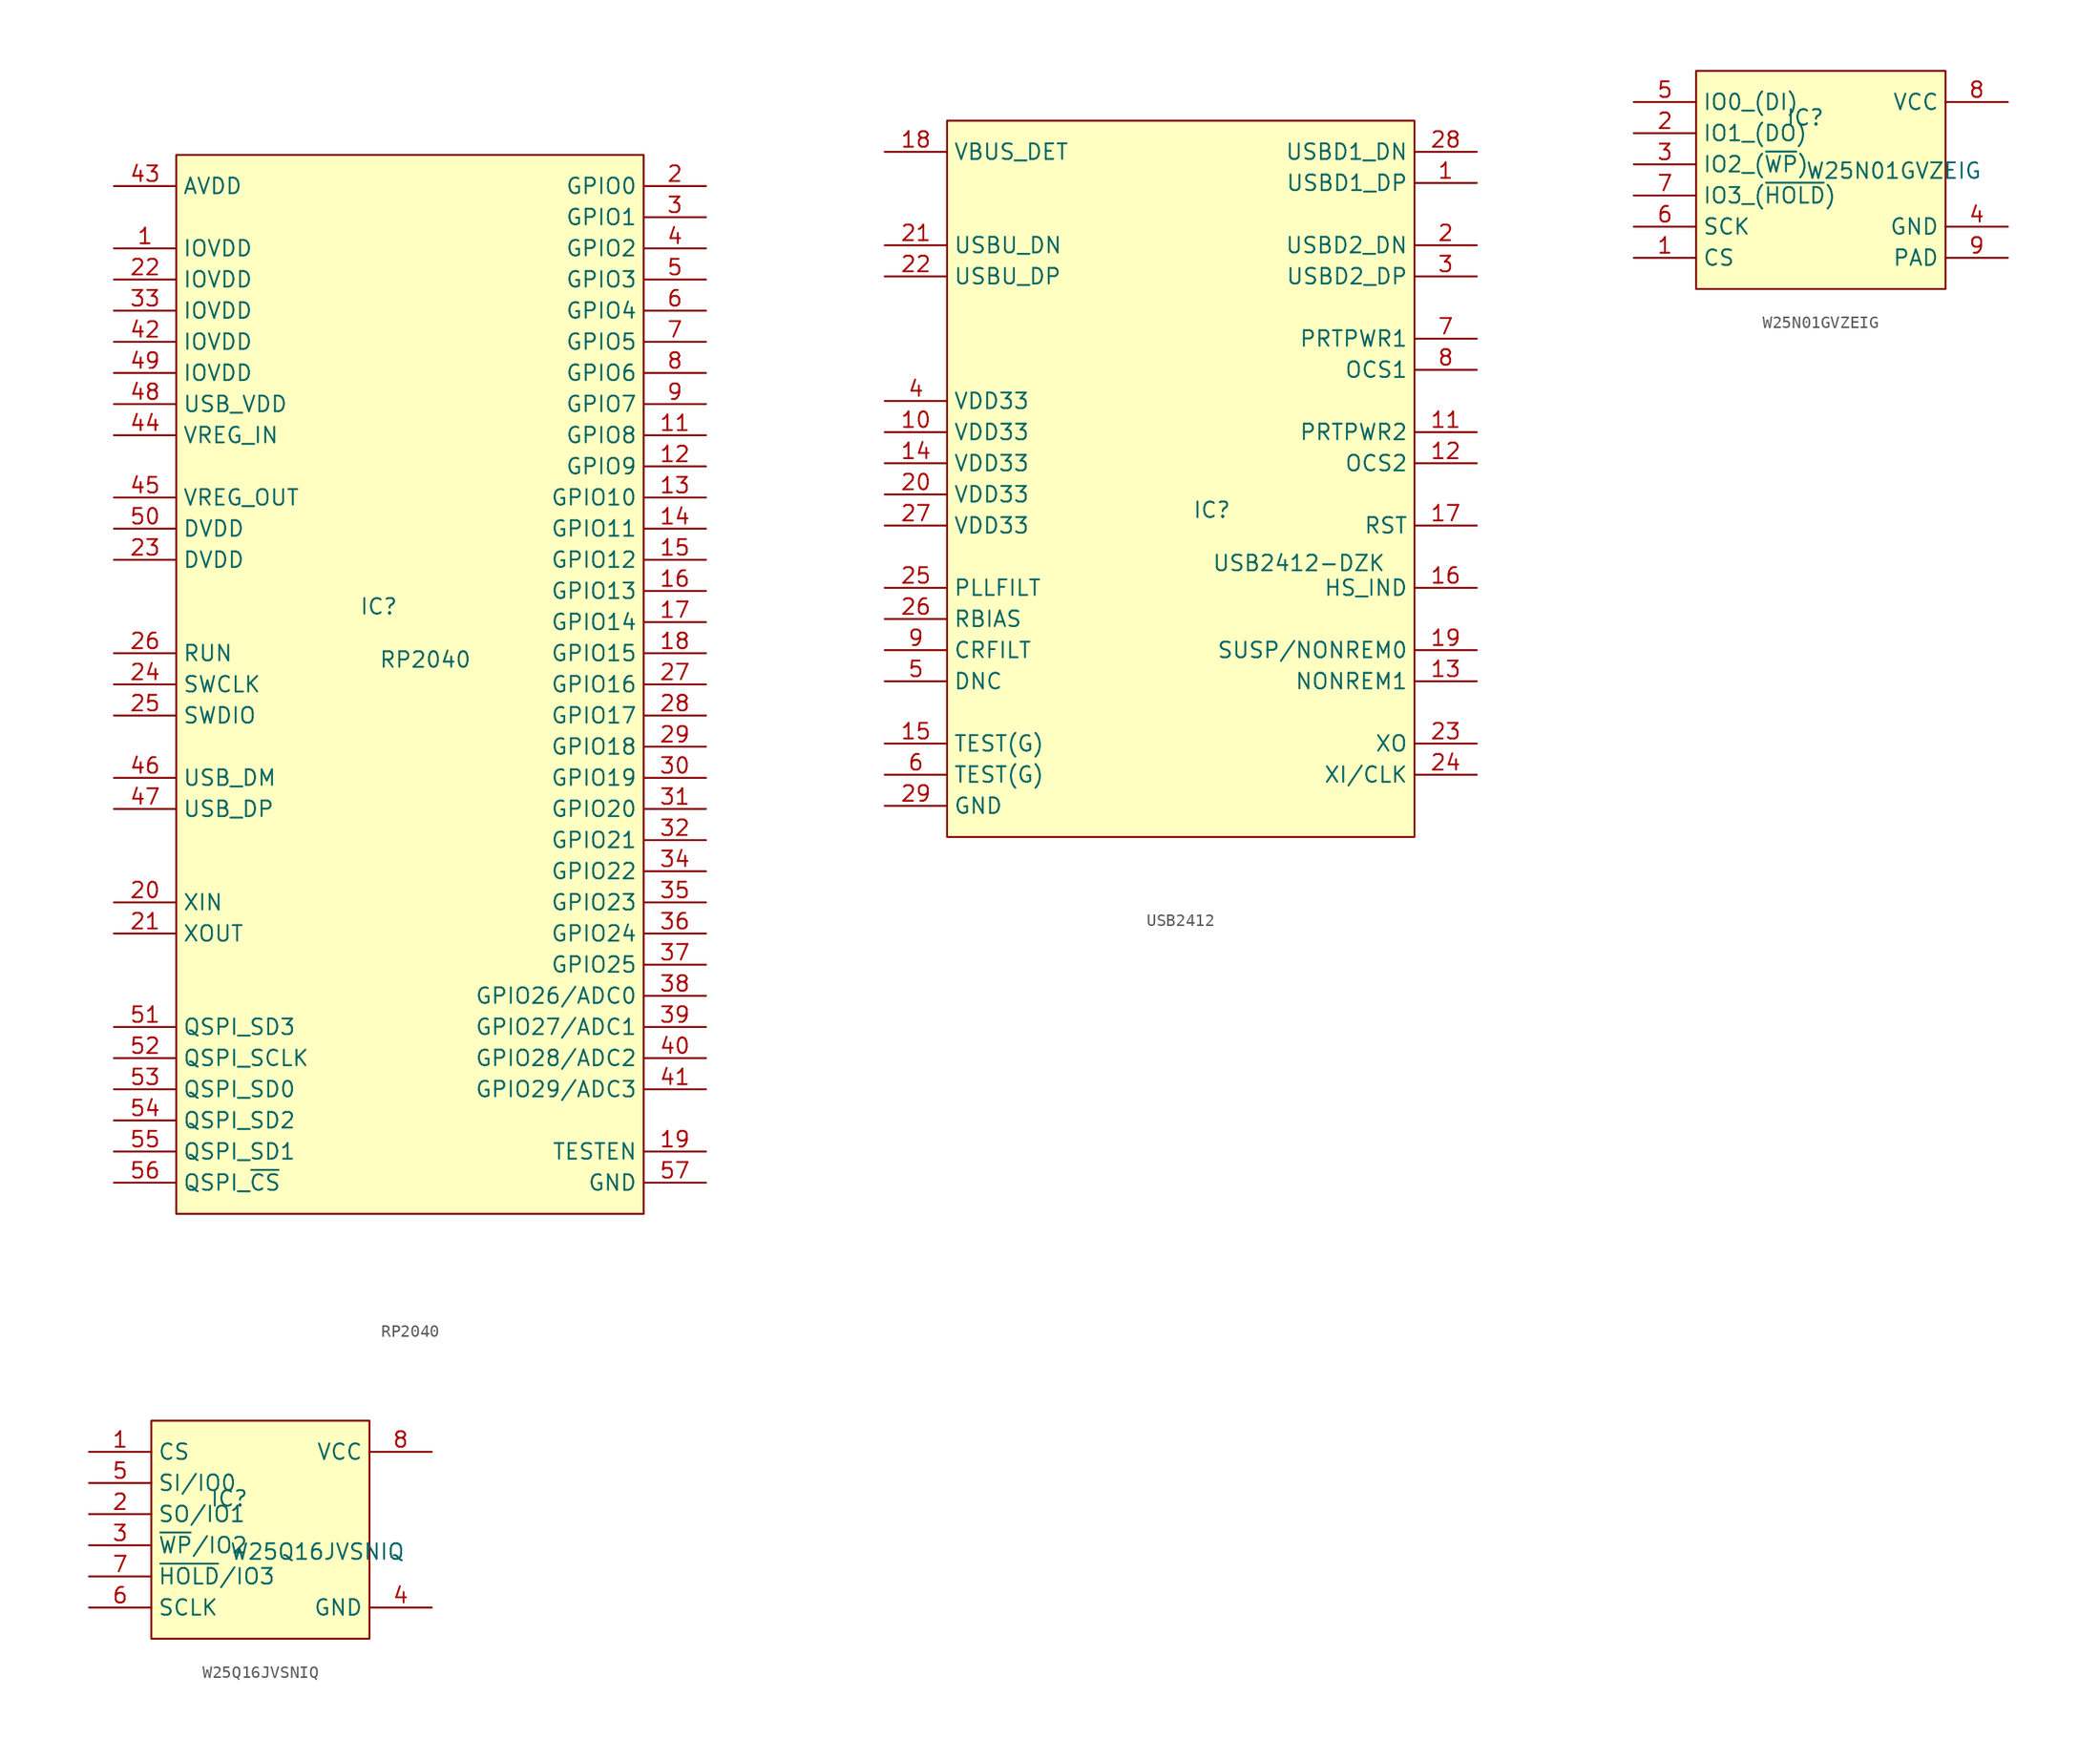
<source format=kicad_sym>
(kicad_symbol_lib
  (version 20231120)
  (generator "kicad_symbol_editor")
  (generator_version "8.0")
  (symbol "RP2040"
    (property "Reference" "IC"
      (at -1.27 1.27 0)
      (effects (font (size 1.27 1.27))))
    (property "Value" "RP2040"
      (at -1.27 -3.81 0)
      (effects (font (size 1.27 1.27)) (justify left bottom)))
    (symbol "RP2040_1_0"
      (rectangle (start -17.78 38.1) (end 20.32 -48.26) (stroke (width 0) (type solid) (color 128 0 0 1)) (fill (type background)))
      (pin passive line (at -22.86 30.48 0) (length 5.08) (name "IOVDD" (effects (font (size 1.27 1.27)))) (number "1" (effects (font (size 1.27 1.27)))))
      (pin passive line (at 25.4 15.24 180) (length 5.08) (name "GPIO8" (effects (font (size 1.27 1.27)))) (number "11" (effects (font (size 1.27 1.27)))))
      (pin passive line (at 25.4 12.7 180) (length 5.08) (name "GPIO9" (effects (font (size 1.27 1.27)))) (number "12" (effects (font (size 1.27 1.27)))))
      (pin passive line (at 25.4 10.16 180) (length 5.08) (name "GPIO10" (effects (font (size 1.27 1.27)))) (number "13" (effects (font (size 1.27 1.27)))))
      (pin passive line (at 25.4 7.62 180) (length 5.08) (name "GPIO11" (effects (font (size 1.27 1.27)))) (number "14" (effects (font (size 1.27 1.27)))))
      (pin passive line (at 25.4 5.08 180) (length 5.08) (name "GPIO12" (effects (font (size 1.27 1.27)))) (number "15" (effects (font (size 1.27 1.27)))))
      (pin passive line (at 25.4 2.54 180) (length 5.08) (name "GPIO13" (effects (font (size 1.27 1.27)))) (number "16" (effects (font (size 1.27 1.27)))))
      (pin passive line (at 25.4 0 180) (length 5.08) (name "GPIO14" (effects (font (size 1.27 1.27)))) (number "17" (effects (font (size 1.27 1.27)))))
      (pin passive line (at 25.4 -2.54 180) (length 5.08) (name "GPIO15" (effects (font (size 1.27 1.27)))) (number "18" (effects (font (size 1.27 1.27)))))
      (pin passive line (at 25.4 -43.18 180) (length 5.08) (name "TESTEN" (effects (font (size 1.27 1.27)))) (number "19" (effects (font (size 1.27 1.27)))))
      (pin passive line (at 25.4 35.56 180) (length 5.08) (name "GPIO0" (effects (font (size 1.27 1.27)))) (number "2" (effects (font (size 1.27 1.27)))))
      (pin passive line (at -22.86 -22.86 0) (length 5.08) (name "XIN" (effects (font (size 1.27 1.27)))) (number "20" (effects (font (size 1.27 1.27)))))
      (pin passive line (at -22.86 -25.4 0) (length 5.08) (name "XOUT" (effects (font (size 1.27 1.27)))) (number "21" (effects (font (size 1.27 1.27)))))
      (pin passive line (at -22.86 27.94 0) (length 5.08) (name "IOVDD" (effects (font (size 1.27 1.27)))) (number "22" (effects (font (size 1.27 1.27)))))
      (pin passive line (at -22.86 5.08 0) (length 5.08) (name "DVDD" (effects (font (size 1.27 1.27)))) (number "23" (effects (font (size 1.27 1.27)))))
      (pin passive line (at -22.86 -5.08 0) (length 5.08) (name "SWCLK" (effects (font (size 1.27 1.27)))) (number "24" (effects (font (size 1.27 1.27)))))
      (pin passive line (at -22.86 -7.62 0) (length 5.08) (name "SWDIO" (effects (font (size 1.27 1.27)))) (number "25" (effects (font (size 1.27 1.27)))))
      (pin passive line (at -22.86 -2.54 0) (length 5.08) (name "RUN" (effects (font (size 1.27 1.27)))) (number "26" (effects (font (size 1.27 1.27)))))
      (pin passive line (at 25.4 -5.08 180) (length 5.08) (name "GPIO16" (effects (font (size 1.27 1.27)))) (number "27" (effects (font (size 1.27 1.27)))))
      (pin passive line (at 25.4 -7.62 180) (length 5.08) (name "GPIO17" (effects (font (size 1.27 1.27)))) (number "28" (effects (font (size 1.27 1.27)))))
      (pin passive line (at 25.4 -10.16 180) (length 5.08) (name "GPIO18" (effects (font (size 1.27 1.27)))) (number "29" (effects (font (size 1.27 1.27)))))
      (pin passive line (at 25.4 33.02 180) (length 5.08) (name "GPIO1" (effects (font (size 1.27 1.27)))) (number "3" (effects (font (size 1.27 1.27)))))
      (pin passive line (at 25.4 -12.7 180) (length 5.08) (name "GPIO19" (effects (font (size 1.27 1.27)))) (number "30" (effects (font (size 1.27 1.27)))))
      (pin passive line (at 25.4 -15.24 180) (length 5.08) (name "GPIO20" (effects (font (size 1.27 1.27)))) (number "31" (effects (font (size 1.27 1.27)))))
      (pin passive line (at 25.4 -17.78 180) (length 5.08) (name "GPIO21" (effects (font (size 1.27 1.27)))) (number "32" (effects (font (size 1.27 1.27)))))
      (pin passive line (at -22.86 25.4 0) (length 5.08) (name "IOVDD" (effects (font (size 1.27 1.27)))) (number "33" (effects (font (size 1.27 1.27)))))
      (pin passive line (at 25.4 -20.32 180) (length 5.08) (name "GPIO22" (effects (font (size 1.27 1.27)))) (number "34" (effects (font (size 1.27 1.27)))))
      (pin passive line (at 25.4 -22.86 180) (length 5.08) (name "GPIO23" (effects (font (size 1.27 1.27)))) (number "35" (effects (font (size 1.27 1.27)))))
      (pin passive line (at 25.4 -25.4 180) (length 5.08) (name "GPIO24" (effects (font (size 1.27 1.27)))) (number "36" (effects (font (size 1.27 1.27)))))
      (pin passive line (at 25.4 -27.94 180) (length 5.08) (name "GPIO25" (effects (font (size 1.27 1.27)))) (number "37" (effects (font (size 1.27 1.27)))))
      (pin passive line (at 25.4 -30.48 180) (length 5.08) (name "GPIO26/ADC0" (effects (font (size 1.27 1.27)))) (number "38" (effects (font (size 1.27 1.27)))))
      (pin passive line (at 25.4 -33.02 180) (length 5.08) (name "GPIO27/ADC1" (effects (font (size 1.27 1.27)))) (number "39" (effects (font (size 1.27 1.27)))))
      (pin passive line (at 25.4 30.48 180) (length 5.08) (name "GPIO2" (effects (font (size 1.27 1.27)))) (number "4" (effects (font (size 1.27 1.27)))))
      (pin passive line (at 25.4 -35.56 180) (length 5.08) (name "GPIO28/ADC2" (effects (font (size 1.27 1.27)))) (number "40" (effects (font (size 1.27 1.27)))))
      (pin passive line (at 25.4 -38.1 180) (length 5.08) (name "GPIO29/ADC3" (effects (font (size 1.27 1.27)))) (number "41" (effects (font (size 1.27 1.27)))))
      (pin passive line (at -22.86 22.86 0) (length 5.08) (name "IOVDD" (effects (font (size 1.27 1.27)))) (number "42" (effects (font (size 1.27 1.27)))))
      (pin passive line (at -22.86 35.56 0) (length 5.08) (name "AVDD" (effects (font (size 1.27 1.27)))) (number "43" (effects (font (size 1.27 1.27)))))
      (pin passive line (at -22.86 15.24 0) (length 5.08) (name "VREG_IN" (effects (font (size 1.27 1.27)))) (number "44" (effects (font (size 1.27 1.27)))))
      (pin passive line (at -22.86 10.16 0) (length 5.08) (name "VREG_OUT" (effects (font (size 1.27 1.27)))) (number "45" (effects (font (size 1.27 1.27)))))
      (pin passive line (at -22.86 -12.7 0) (length 5.08) (name "USB_DM" (effects (font (size 1.27 1.27)))) (number "46" (effects (font (size 1.27 1.27)))))
      (pin passive line (at -22.86 -15.24 0) (length 5.08) (name "USB_DP" (effects (font (size 1.27 1.27)))) (number "47" (effects (font (size 1.27 1.27)))))
      (pin passive line (at -22.86 17.78 0) (length 5.08) (name "USB_VDD" (effects (font (size 1.27 1.27)))) (number "48" (effects (font (size 1.27 1.27)))))
      (pin passive line (at -22.86 20.32 0) (length 5.08) (name "IOVDD" (effects (font (size 1.27 1.27)))) (number "49" (effects (font (size 1.27 1.27)))))
      (pin passive line (at 25.4 27.94 180) (length 5.08) (name "GPIO3" (effects (font (size 1.27 1.27)))) (number "5" (effects (font (size 1.27 1.27)))))
      (pin passive line (at -22.86 7.62 0) (length 5.08) (name "DVDD" (effects (font (size 1.27 1.27)))) (number "50" (effects (font (size 1.27 1.27)))))
      (pin passive line (at -22.86 -33.02 0) (length 5.08) (name "QSPI_SD3" (effects (font (size 1.27 1.27)))) (number "51" (effects (font (size 1.27 1.27)))))
      (pin passive line (at -22.86 -35.56 0) (length 5.08) (name "QSPI_SCLK" (effects (font (size 1.27 1.27)))) (number "52" (effects (font (size 1.27 1.27)))))
      (pin passive line (at -22.86 -38.1 0) (length 5.08) (name "QSPI_SD0" (effects (font (size 1.27 1.27)))) (number "53" (effects (font (size 1.27 1.27)))))
      (pin passive line (at -22.86 -40.64 0) (length 5.08) (name "QSPI_SD2" (effects (font (size 1.27 1.27)))) (number "54" (effects (font (size 1.27 1.27)))))
      (pin passive line (at -22.86 -43.18 0) (length 5.08) (name "QSPI_SD1" (effects (font (size 1.27 1.27)))) (number "55" (effects (font (size 1.27 1.27)))))
      (pin passive line (at -22.86 -45.72 0) (length 5.08) (name "QSPI_~{CS}" (effects (font (size 1.27 1.27)))) (number "56" (effects (font (size 1.27 1.27)))))
      (pin passive line (at 25.4 -45.72 180) (length 5.08) (name "GND" (effects (font (size 1.27 1.27)))) (number "57" (effects (font (size 1.27 1.27)))))
      (pin passive line (at 25.4 25.4 180) (length 5.08) (name "GPIO4" (effects (font (size 1.27 1.27)))) (number "6" (effects (font (size 1.27 1.27)))))
      (pin passive line (at 25.4 22.86 180) (length 5.08) (name "GPIO5" (effects (font (size 1.27 1.27)))) (number "7" (effects (font (size 1.27 1.27)))))
      (pin passive line (at 25.4 20.32 180) (length 5.08) (name "GPIO6" (effects (font (size 1.27 1.27)))) (number "8" (effects (font (size 1.27 1.27)))))
      (pin passive line (at 25.4 17.78 180) (length 5.08) (name "GPIO7" (effects (font (size 1.27 1.27)))) (number "9" (effects (font (size 1.27 1.27)))))))
  (symbol "USB2412"
    (property "Reference" "IC"
      (at -1.27 1.27 0)
      (effects (font (size 1.27 1.27))))
    (property "Value" "USB2412-DZK"
      (at -1.27 -3.81 0)
      (effects (font (size 1.27 1.27)) (justify left bottom)))
    (symbol "USB2412_1_0"
      (rectangle (start -22.86 33.02) (end 15.24 -25.4) (stroke (width 0) (type solid) (color 128 0 0 1)) (fill (type background)))
      (pin bidirectional line (at 20.32 27.94 180) (length 5.08) (name "USBD1_DP" (effects (font (size 1.27 1.27)))) (number "1" (effects (font (size 1.27 1.27)))))
      (pin passive line (at -27.94 7.62 0) (length 5.08) (name "VDD33" (effects (font (size 1.27 1.27)))) (number "10" (effects (font (size 1.27 1.27)))))
      (pin output line (at 20.32 7.62 180) (length 5.08) (name "PRTPWR2" (effects (font (size 1.27 1.27)))) (number "11" (effects (font (size 1.27 1.27)))))
      (pin input line (at 20.32 5.08 180) (length 5.08) (name "OCS2" (effects (font (size 1.27 1.27)))) (number "12" (effects (font (size 1.27 1.27)))))
      (pin input line (at 20.32 -12.7 180) (length 5.08) (name "NONREM1" (effects (font (size 1.27 1.27)))) (number "13" (effects (font (size 1.27 1.27)))))
      (pin passive line (at -27.94 5.08 0) (length 5.08) (name "VDD33" (effects (font (size 1.27 1.27)))) (number "14" (effects (font (size 1.27 1.27)))))
      (pin passive line (at -27.94 -17.78 0) (length 5.08) (name "TEST(G)" (effects (font (size 1.27 1.27)))) (number "15" (effects (font (size 1.27 1.27)))))
      (pin output line (at 20.32 -5.08 180) (length 5.08) (name "HS_IND" (effects (font (size 1.27 1.27)))) (number "16" (effects (font (size 1.27 1.27)))))
      (pin input line (at 20.32 0 180) (length 5.08) (name "RST" (effects (font (size 1.27 1.27)))) (number "17" (effects (font (size 1.27 1.27)))))
      (pin passive line (at -27.94 30.48 0) (length 5.08) (name "VBUS_DET" (effects (font (size 1.27 1.27)))) (number "18" (effects (font (size 1.27 1.27)))))
      (pin bidirectional line (at 20.32 -10.16 180) (length 5.08) (name "SUSP/NONREM0" (effects (font (size 1.27 1.27)))) (number "19" (effects (font (size 1.27 1.27)))))
      (pin bidirectional line (at 20.32 22.86 180) (length 5.08) (name "USBD2_DN" (effects (font (size 1.27 1.27)))) (number "2" (effects (font (size 1.27 1.27)))))
      (pin passive line (at -27.94 2.54 0) (length 5.08) (name "VDD33" (effects (font (size 1.27 1.27)))) (number "20" (effects (font (size 1.27 1.27)))))
      (pin bidirectional line (at -27.94 22.86 0) (length 5.08) (name "USBU_DN" (effects (font (size 1.27 1.27)))) (number "21" (effects (font (size 1.27 1.27)))))
      (pin bidirectional line (at -27.94 20.32 0) (length 5.08) (name "USBU_DP" (effects (font (size 1.27 1.27)))) (number "22" (effects (font (size 1.27 1.27)))))
      (pin output line (at 20.32 -17.78 180) (length 5.08) (name "XO" (effects (font (size 1.27 1.27)))) (number "23" (effects (font (size 1.27 1.27)))))
      (pin input line (at 20.32 -20.32 180) (length 5.08) (name "XI/CLK" (effects (font (size 1.27 1.27)))) (number "24" (effects (font (size 1.27 1.27)))))
      (pin passive line (at -27.94 -5.08 0) (length 5.08) (name "PLLFILT" (effects (font (size 1.27 1.27)))) (number "25" (effects (font (size 1.27 1.27)))))
      (pin passive line (at -27.94 -7.62 0) (length 5.08) (name "RBIAS" (effects (font (size 1.27 1.27)))) (number "26" (effects (font (size 1.27 1.27)))))
      (pin passive line (at -27.94 0 0) (length 5.08) (name "VDD33" (effects (font (size 1.27 1.27)))) (number "27" (effects (font (size 1.27 1.27)))))
      (pin bidirectional line (at 20.32 30.48 180) (length 5.08) (name "USBD1_DN" (effects (font (size 1.27 1.27)))) (number "28" (effects (font (size 1.27 1.27)))))
      (pin passive line (at -27.94 -22.86 0) (length 5.08) (name "GND" (effects (font (size 1.27 1.27)))) (number "29" (effects (font (size 1.27 1.27)))))
      (pin bidirectional line (at 20.32 20.32 180) (length 5.08) (name "USBD2_DP" (effects (font (size 1.27 1.27)))) (number "3" (effects (font (size 1.27 1.27)))))
      (pin passive line (at -27.94 10.16 0) (length 5.08) (name "VDD33" (effects (font (size 1.27 1.27)))) (number "4" (effects (font (size 1.27 1.27)))))
      (pin passive line (at -27.94 -12.7 0) (length 5.08) (name "DNC" (effects (font (size 1.27 1.27)))) (number "5" (effects (font (size 1.27 1.27)))))
      (pin passive line (at -27.94 -20.32 0) (length 5.08) (name "TEST(G)" (effects (font (size 1.27 1.27)))) (number "6" (effects (font (size 1.27 1.27)))))
      (pin output line (at 20.32 15.24 180) (length 5.08) (name "PRTPWR1" (effects (font (size 1.27 1.27)))) (number "7" (effects (font (size 1.27 1.27)))))
      (pin input line (at 20.32 12.7 180) (length 5.08) (name "OCS1" (effects (font (size 1.27 1.27)))) (number "8" (effects (font (size 1.27 1.27)))))
      (pin passive line (at -27.94 -10.16 0) (length 5.08) (name "CRFILT" (effects (font (size 1.27 1.27)))) (number "9" (effects (font (size 1.27 1.27)))))))
  (symbol "W25N01GVZEIG"
    (property "Reference" "IC"
      (at -1.27 1.27 0)
      (effects (font (size 1.27 1.27))))
    (property "Value" "W25N01GVZEIG"
      (at -1.27 -3.81 0)
      (effects (font (size 1.27 1.27)) (justify left bottom)))
    (symbol "W25N01GVZEIG_1_0"
      (rectangle (start -10.16 5.08) (end 10.16 -12.7) (stroke (width 0) (type solid) (color 128 0 0 1)) (fill (type background)))
      (pin input line (at -15.24 -10.16 0) (length 5.08) (name "CS" (effects (font (size 1.27 1.27)))) (number "1" (effects (font (size 1.27 1.27)))))
      (pin bidirectional line (at -15.24 0 0) (length 5.08) (name "IO1_(DO)" (effects (font (size 1.27 1.27)))) (number "2" (effects (font (size 1.27 1.27)))))
      (pin bidirectional line (at -15.24 -2.54 0) (length 5.08) (name "IO2_(~{WP})" (effects (font (size 1.27 1.27)))) (number "3" (effects (font (size 1.27 1.27)))))
      (pin passive line (at 15.24 -7.62 180) (length 5.08) (name "GND" (effects (font (size 1.27 1.27)))) (number "4" (effects (font (size 1.27 1.27)))))
      (pin bidirectional line (at -15.24 2.54 0) (length 5.08) (name "IO0_(DI)" (effects (font (size 1.27 1.27)))) (number "5" (effects (font (size 1.27 1.27)))))
      (pin input line (at -15.24 -7.62 0) (length 5.08) (name "SCK" (effects (font (size 1.27 1.27)))) (number "6" (effects (font (size 1.27 1.27)))))
      (pin bidirectional line (at -15.24 -5.08 0) (length 5.08) (name "IO3_(~{HOLD})" (effects (font (size 1.27 1.27)))) (number "7" (effects (font (size 1.27 1.27)))))
      (pin power_in line (at 15.24 2.54 180) (length 5.08) (name "VCC" (effects (font (size 1.27 1.27)))) (number "8" (effects (font (size 1.27 1.27)))))
      (pin passive line (at 15.24 -10.16 180) (length 5.08) (name "PAD" (effects (font (size 1.27 1.27)))) (number "9" (effects (font (size 1.27 1.27)))))))
  (symbol "W25Q16JVSNIQ"
    (property "Reference" "IC"
      (at -1.27 1.27 0)
      (effects (font (size 1.27 1.27))))
    (property "Value" "W25Q16JVSNIQ"
      (at -1.27 -3.81 0)
      (effects (font (size 1.27 1.27)) (justify left bottom)))
    (symbol "W25Q16JVSNIQ_1_0"
      (rectangle (start -7.62 7.62) (end 10.16 -10.16) (stroke (width 0) (type solid) (color 128 0 0 1)) (fill (type background)))
      (pin input line (at -12.7 5.08 0) (length 5.08) (name "CS" (effects (font (size 1.27 1.27)))) (number "1" (effects (font (size 1.27 1.27)))))
      (pin bidirectional line (at -12.7 0 0) (length 5.08) (name "SO/IO1" (effects (font (size 1.27 1.27)))) (number "2" (effects (font (size 1.27 1.27)))))
      (pin bidirectional line (at -12.7 -2.54 0) (length 5.08) (name "~{WP}/IO2" (effects (font (size 1.27 1.27)))) (number "3" (effects (font (size 1.27 1.27)))))
      (pin passive line (at 15.24 -7.62 180) (length 5.08) (name "GND" (effects (font (size 1.27 1.27)))) (number "4" (effects (font (size 1.27 1.27)))))
      (pin bidirectional line (at -12.7 2.54 0) (length 5.08) (name "SI/IO0" (effects (font (size 1.27 1.27)))) (number "5" (effects (font (size 1.27 1.27)))))
      (pin input line (at -12.7 -7.62 0) (length 5.08) (name "SCLK" (effects (font (size 1.27 1.27)))) (number "6" (effects (font (size 1.27 1.27)))))
      (pin bidirectional line (at -12.7 -5.08 0) (length 5.08) (name "~{HOLD}/IO3" (effects (font (size 1.27 1.27)))) (number "7" (effects (font (size 1.27 1.27)))))
      (pin passive line (at 15.24 5.08 180) (length 5.08) (name "VCC" (effects (font (size 1.27 1.27)))) (number "8" (effects (font (size 1.27 1.27))))))))
</source>
